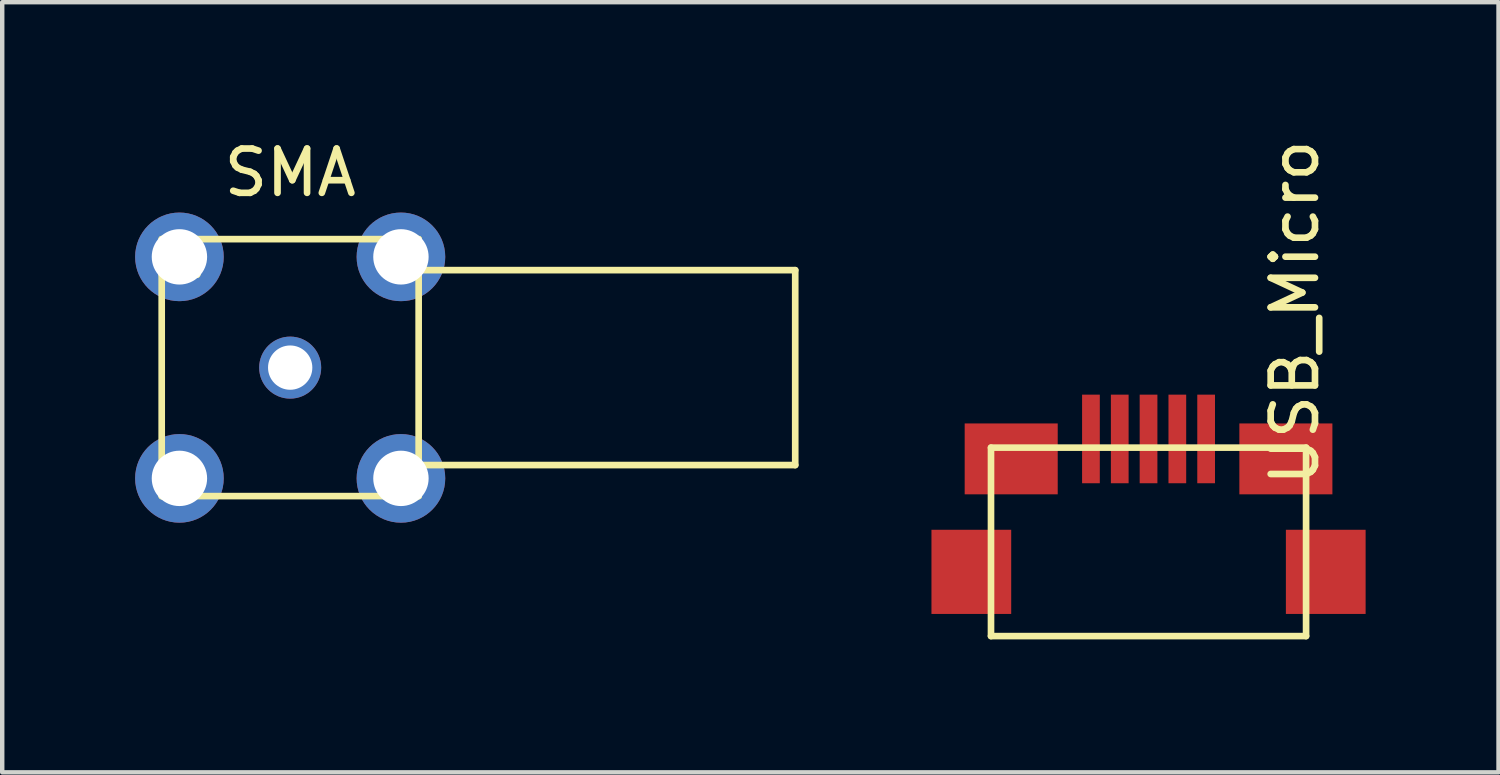
<source format=kicad_pcb>
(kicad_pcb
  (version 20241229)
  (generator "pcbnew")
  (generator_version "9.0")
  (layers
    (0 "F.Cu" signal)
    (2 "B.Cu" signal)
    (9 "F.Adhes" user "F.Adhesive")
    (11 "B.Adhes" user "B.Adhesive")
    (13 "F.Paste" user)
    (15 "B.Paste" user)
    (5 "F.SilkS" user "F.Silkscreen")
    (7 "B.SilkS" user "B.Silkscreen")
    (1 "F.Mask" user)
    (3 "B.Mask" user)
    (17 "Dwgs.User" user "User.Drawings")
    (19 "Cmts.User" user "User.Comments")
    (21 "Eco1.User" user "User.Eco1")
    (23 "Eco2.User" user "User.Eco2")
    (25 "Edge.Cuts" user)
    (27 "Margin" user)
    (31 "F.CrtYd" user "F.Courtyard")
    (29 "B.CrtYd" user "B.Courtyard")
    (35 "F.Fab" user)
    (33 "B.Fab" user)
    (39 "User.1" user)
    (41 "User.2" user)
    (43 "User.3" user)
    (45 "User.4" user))
  (footprint "USB_Micro"
    (layer "F.Cu")
    (at 22.875 7.308)
    (property "Reference" "USB_Micro" (at 3.302 -3.302 90) (layer "F.SilkS") (effects (font (size 1 1) (thickness 0.15))))
    (attr through_hole)
    (fp_line (start -3.556 -0.254) (end -3.556 4) (stroke (width 0.15) (type solid)) (layer "F.SilkS"))
    (fp_line (start -3.556 4) (end 3.556 4) (stroke (width 0.15) (type solid)) (layer "F.SilkS"))
    (fp_line (start 3.556 -0.254) (end -3.556 -0.254) (stroke (width 0.15) (type solid)) (layer "F.SilkS"))
    (fp_line (start 3.556 4) (end 3.556 -0.254) (stroke (width 0.15) (type solid)) (layer "F.SilkS"))
    (pad "1" smd rect (at -1.3 -0.45) (size 0.4 2) (layers "F.Cu" "F.Mask" "F.Paste"))
    (pad "2" smd rect (at -0.65 -0.45) (size 0.4 2) (layers "F.Cu" "F.Mask" "F.Paste"))
    (pad "3" smd rect (at 0 -0.45) (size 0.4 2) (layers "F.Cu" "F.Mask" "F.Paste"))
    (pad "4" smd rect (at 0.65 -0.45) (size 0.4 2) (layers "F.Cu" "F.Mask" "F.Paste"))
    (pad "5" smd rect (at 1.3 -0.45) (size 0.4 2) (layers "F.Cu" "F.Mask" "F.Paste"))
    (pad "6" smd rect (at 3.1 0) (size 2.1 1.6) (layers "F.Cu" "F.Mask" "F.Paste"))
    (pad "7" smd rect (at -3.1 0) (size 2.1 1.6) (layers "F.Cu" "F.Mask" "F.Paste"))
    (pad "8" smd rect (at 4 2.55) (size 1.8 1.9) (layers "F.Cu" "F.Mask" "F.Paste"))
    (pad "9" smd rect (at -4 2.55) (size 1.8 1.9) (layers "F.Cu" "F.Mask" "F.Paste")))
  (footprint "SMA"
    (layer "F.Cu")
    (at 3.5 5.248)
    (property "Reference" "SMA" (at 0 -4.4 0) (layer "F.SilkS") (effects (font (size 1 1) (thickness 0.15))))
    (attr through_hole)
    (fp_line (start -2.9 -2.9) (end -2.9 2.9) (stroke (width 0.15) (type solid)) (layer "F.SilkS"))
    (fp_line (start -2.9 2.9) (end 2.9 2.9) (stroke (width 0.15) (type solid)) (layer "F.SilkS"))
    (fp_line (start -2.1 -2.9) (end -2.1 -2.1) (stroke (width 0.15) (type solid)) (layer "F.SilkS"))
    (fp_line (start -2.1 -2.1) (end -2.9 -2.1) (stroke (width 0.15) (type solid)) (layer "F.SilkS"))
    (fp_line (start 2.9 -2.9) (end -2.9 -2.9) (stroke (width 0.15) (type solid)) (layer "F.SilkS"))
    (fp_line (start 2.9 2.2) (end 11.4 2.2) (stroke (width 0.15) (type solid)) (layer "F.SilkS"))
    (fp_line (start 2.9 2.9) (end 2.9 -2.9) (stroke (width 0.15) (type solid)) (layer "F.SilkS"))
    (fp_line (start 11.4 -2.2) (end 2.9 -2.2) (stroke (width 0.15) (type solid)) (layer "F.SilkS"))
    (fp_line (start 11.4 2.2) (end 11.4 -2.2) (stroke (width 0.15) (type solid)) (layer "F.SilkS"))
    (pad "1" thru_hole circle (at 0 0) (size 1.4 1.4) (drill 1) (layers "*.Cu" "*.Mask"))
    (pad "2" thru_hole circle (at -2.5 -2.5) (size 2 2) (drill 1.25) (layers "*.Cu" "*.Mask"))
    (pad "2" thru_hole circle (at -2.5 2.5) (size 2 2) (drill 1.25) (layers "*.Cu" "*.Mask"))
    (pad "2" thru_hole circle (at 2.5 -2.5) (size 2 2) (drill 1.25) (layers "*.Cu" "*.Mask"))
    (pad "2" thru_hole circle (at 2.5 2.5) (size 2 2) (drill 1.25) (layers "*.Cu" "*.Mask")))
  (gr_rect
    (start -3 -3)
    (end 30.775 14.383)
    (stroke (width 0.1) (type default))
    (fill no)
    (layer "Edge.Cuts")))
</source>
